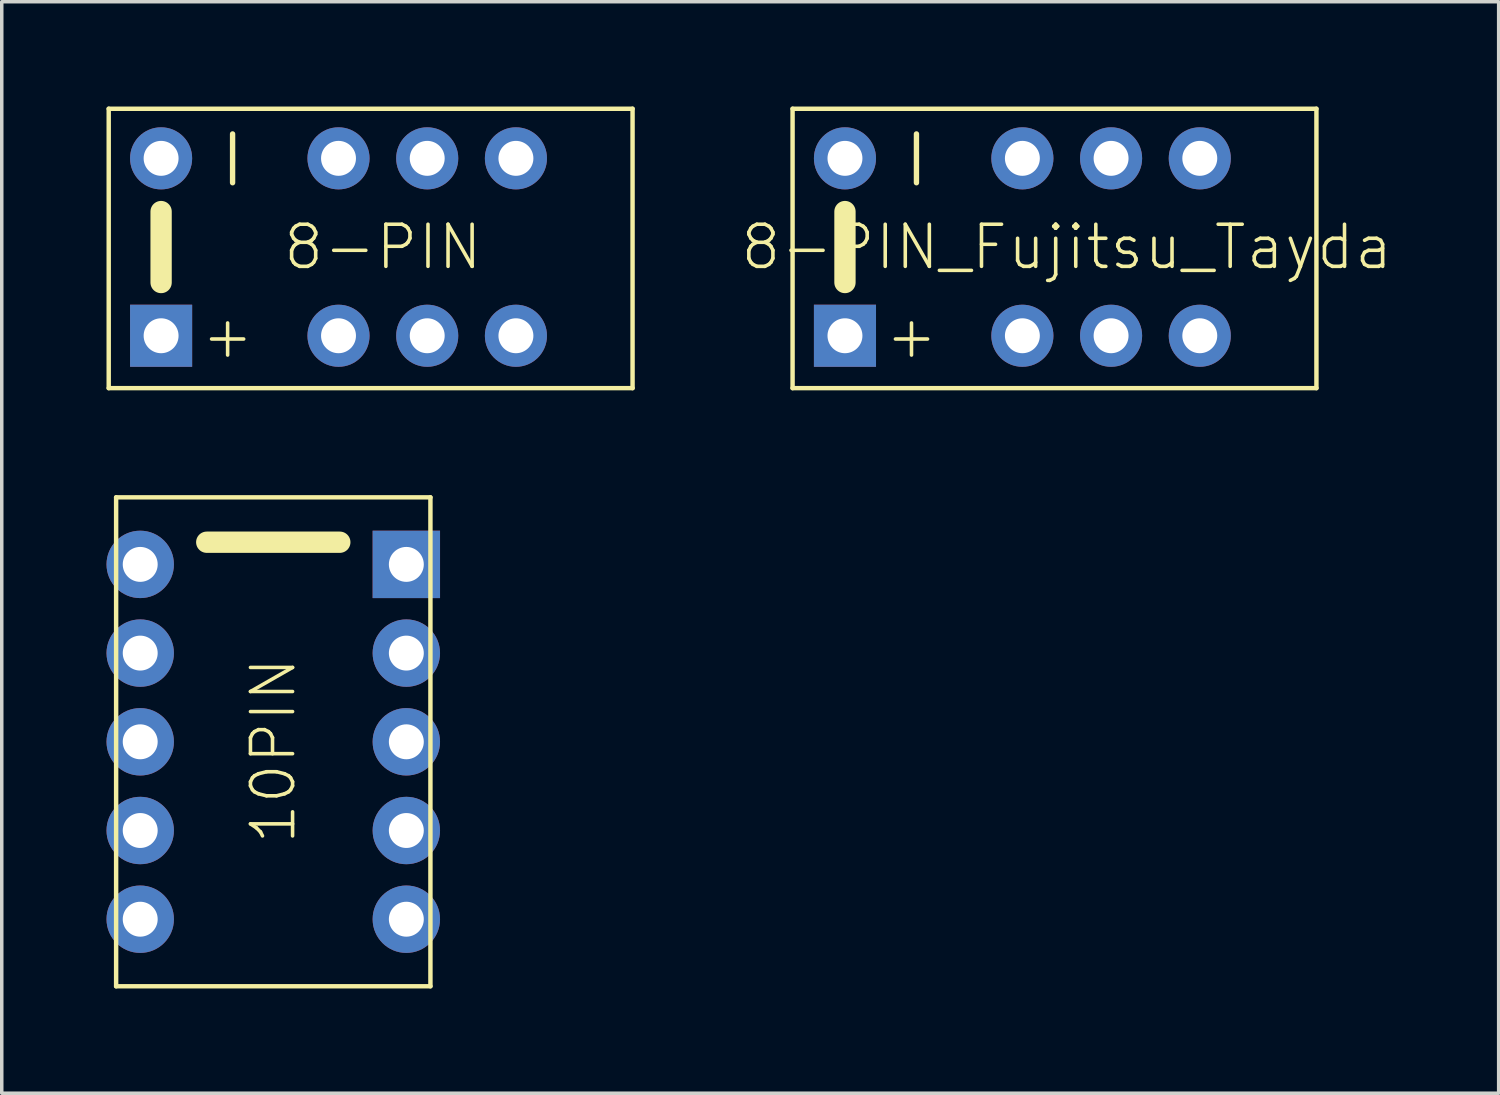
<source format=kicad_pcb>
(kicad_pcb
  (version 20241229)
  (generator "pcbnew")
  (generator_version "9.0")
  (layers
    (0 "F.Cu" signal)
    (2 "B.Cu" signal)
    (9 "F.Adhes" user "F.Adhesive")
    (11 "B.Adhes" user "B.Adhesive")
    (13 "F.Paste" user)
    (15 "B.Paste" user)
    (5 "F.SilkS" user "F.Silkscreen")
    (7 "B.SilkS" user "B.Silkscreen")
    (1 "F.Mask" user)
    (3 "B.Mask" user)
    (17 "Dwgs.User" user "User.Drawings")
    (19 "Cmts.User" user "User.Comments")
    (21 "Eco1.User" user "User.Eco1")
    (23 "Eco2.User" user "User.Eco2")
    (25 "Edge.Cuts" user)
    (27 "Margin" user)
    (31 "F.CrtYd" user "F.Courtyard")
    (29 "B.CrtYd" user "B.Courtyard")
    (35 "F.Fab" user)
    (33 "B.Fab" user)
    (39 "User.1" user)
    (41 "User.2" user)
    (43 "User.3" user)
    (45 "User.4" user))
  (footprint "10PIN"
    (layer "F.Cu")
    (at 4.775 18.191)
    (property "Reference" "10PIN" (at 0 0.254 90) (layer "F.SilkS") (effects (font (size 1.206 1.206) (thickness 0.102))))
    (attr through_hole)
    (fp_line (start -4.5 -7) (end -4.5 7) (stroke (width 0.127) (type solid)) (layer "F.SilkS"))
    (fp_line (start -4.5 7) (end 4.5 7) (stroke (width 0.127) (type solid)) (layer "F.SilkS"))
    (fp_line (start -1.905 -5.715) (end 1.905 -5.715) (stroke (width 0.61) (type solid)) (layer "F.SilkS"))
    (fp_line (start 4.5 -7) (end -4.5 -7) (stroke (width 0.127) (type solid)) (layer "F.SilkS"))
    (fp_line (start 4.5 7) (end 4.5 -7) (stroke (width 0.127) (type solid)) (layer "F.SilkS"))
    (pad "P$1" thru_hole rect (at 3.81 -5.08) (size 1.93 1.93) (drill 1) (layers "*.Cu" "*.Mask"))
    (pad "P$2" thru_hole oval (at 3.81 -2.54) (size 1.93 1.93) (drill 1) (layers "*.Cu" "*.Mask"))
    (pad "P$3" thru_hole oval (at 3.81 0) (size 1.93 1.93) (drill 1) (layers "*.Cu" "*.Mask"))
    (pad "P$4" thru_hole oval (at 3.81 2.54) (size 1.93 1.93) (drill 1) (layers "*.Cu" "*.Mask"))
    (pad "P$5" thru_hole oval (at 3.81 5.08) (size 1.93 1.93) (drill 1) (layers "*.Cu" "*.Mask"))
    (pad "P$6" thru_hole oval (at -3.81 5.08) (size 1.93 1.93) (drill 1) (layers "*.Cu" "*.Mask"))
    (pad "P$7" thru_hole oval (at -3.81 2.54) (size 1.93 1.93) (drill 1) (layers "*.Cu" "*.Mask"))
    (pad "P$8" thru_hole oval (at -3.81 0) (size 1.93 1.93) (drill 1) (layers "*.Cu" "*.Mask"))
    (pad "P$9" thru_hole oval (at -3.81 -2.54) (size 1.93 1.93) (drill 1) (layers "*.Cu" "*.Mask"))
    (pad "P$10" thru_hole oval (at -3.81 -5.08) (size 1.93 1.93) (drill 1) (layers "*.Cu" "*.Mask")))
  (footprint "8-PIN_Fujitsu_Tayda"
    (layer "F.Cu")
    (at 21.145 6.564)
    (property "Reference" "8-PIN_Fujitsu_Tayda" (at 6.35 -2.54 0) (layer "F.SilkS") (effects (font (size 1.206 1.206) (thickness 0.102))))
    (attr through_hole)
    (fp_line (start -1.5 -6.5) (end -1.5 1.5) (stroke (width 0.127) (type solid)) (layer "F.SilkS"))
    (fp_line (start -1.5 1.5) (end 13.5 1.5) (stroke (width 0.127) (type solid)) (layer "F.SilkS"))
    (fp_line (start 0 -1.524) (end 0 -3.556) (stroke (width 0.61) (type solid)) (layer "F.SilkS"))
    (fp_line (start 13.5 -6.5) (end -1.5 -6.5) (stroke (width 0.127) (type solid)) (layer "F.SilkS"))
    (fp_line (start 13.5 1.5) (end 13.5 -6.5) (stroke (width 0.127) (type solid)) (layer "F.SilkS"))
    (fp_text user "-" (at 1.905 -5.08 90) (layer "F.SilkS") (effects (font (size 1.834 1.834) (thickness 0.154))))
    (fp_text user "+" (at 1.905 0 0) (layer "F.SilkS") (effects (font (size 1.206 1.206) (thickness 0.102))))
    (pad "1" thru_hole rect (at 0 0) (size 1.778 1.778) (drill 1) (layers "*.Cu" "*.Mask"))
    (pad "3" thru_hole oval (at 5.08 0) (size 1.778 1.778) (drill 1) (layers "*.Cu" "*.Mask"))
    (pad "4" thru_hole oval (at 7.62 0) (size 1.778 1.778) (drill 1) (layers "*.Cu" "*.Mask"))
    (pad "5" thru_hole oval (at 10.16 0) (size 1.778 1.778) (drill 1) (layers "*.Cu" "*.Mask"))
    (pad "8" thru_hole oval (at 10.16 -5.08) (size 1.778 1.778) (drill 1) (layers "*.Cu" "*.Mask"))
    (pad "9" thru_hole oval (at 7.62 -5.08) (size 1.778 1.778) (drill 1) (layers "*.Cu" "*.Mask"))
    (pad "10" thru_hole oval (at 5.08 -5.08) (size 1.778 1.778) (drill 1) (layers "*.Cu" "*.Mask"))
    (pad "12" thru_hole oval (at 0 -5.08) (size 1.778 1.778) (drill 1) (layers "*.Cu" "*.Mask")))
  (footprint "8-PIN"
    (layer "F.Cu")
    (at 1.563 6.564)
    (property "Reference" "8-PIN" (at 6.35 -2.54 0) (layer "F.SilkS") (effects (font (size 1.206 1.206) (thickness 0.102))))
    (attr through_hole)
    (fp_line (start -1.5 -6.5) (end -1.5 1.5) (stroke (width 0.127) (type solid)) (layer "F.SilkS"))
    (fp_line (start -1.5 1.5) (end 13.5 1.5) (stroke (width 0.127) (type solid)) (layer "F.SilkS"))
    (fp_line (start 0 -1.524) (end 0 -3.556) (stroke (width 0.61) (type solid)) (layer "F.SilkS"))
    (fp_line (start 13.5 -6.5) (end -1.5 -6.5) (stroke (width 0.127) (type solid)) (layer "F.SilkS"))
    (fp_line (start 13.5 1.5) (end 13.5 -6.5) (stroke (width 0.127) (type solid)) (layer "F.SilkS"))
    (fp_text user "+" (at 1.905 0 0) (layer "F.SilkS") (effects (font (size 1.206 1.206) (thickness 0.102))))
    (fp_text user "-" (at 1.905 -5.08 90) (layer "F.SilkS") (effects (font (size 1.834 1.834) (thickness 0.154))))
    (pad "1" thru_hole rect (at 0 0) (size 1.778 1.778) (drill 1) (layers "*.Cu" "*.Mask"))
    (pad "2" thru_hole oval (at 5.08 0) (size 1.778 1.778) (drill 1) (layers "*.Cu" "*.Mask"))
    (pad "3" thru_hole oval (at 7.62 0) (size 1.778 1.778) (drill 1) (layers "*.Cu" "*.Mask"))
    (pad "4" thru_hole oval (at 10.16 0) (size 1.778 1.778) (drill 1) (layers "*.Cu" "*.Mask"))
    (pad "5" thru_hole oval (at 10.16 -5.08) (size 1.778 1.778) (drill 1) (layers "*.Cu" "*.Mask"))
    (pad "6" thru_hole oval (at 7.62 -5.08) (size 1.778 1.778) (drill 1) (layers "*.Cu" "*.Mask"))
    (pad "7" thru_hole oval (at 5.08 -5.08) (size 1.778 1.778) (drill 1) (layers "*.Cu" "*.Mask"))
    (pad "8" thru_hole oval (at 0 -5.08) (size 1.778 1.778) (drill 1) (layers "*.Cu" "*.Mask")))
  (gr_rect
    (start -3 -3)
    (end 39.863 28.254)
    (stroke (width 0.1) (type default))
    (fill no)
    (layer "Edge.Cuts")))
</source>
